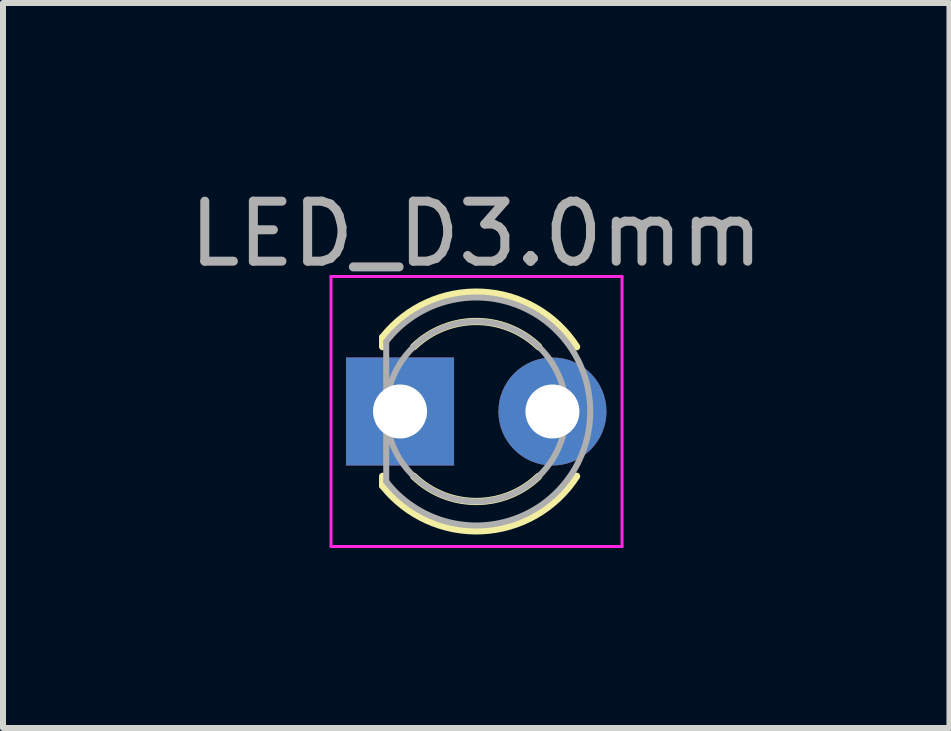
<source format=kicad_pcb>
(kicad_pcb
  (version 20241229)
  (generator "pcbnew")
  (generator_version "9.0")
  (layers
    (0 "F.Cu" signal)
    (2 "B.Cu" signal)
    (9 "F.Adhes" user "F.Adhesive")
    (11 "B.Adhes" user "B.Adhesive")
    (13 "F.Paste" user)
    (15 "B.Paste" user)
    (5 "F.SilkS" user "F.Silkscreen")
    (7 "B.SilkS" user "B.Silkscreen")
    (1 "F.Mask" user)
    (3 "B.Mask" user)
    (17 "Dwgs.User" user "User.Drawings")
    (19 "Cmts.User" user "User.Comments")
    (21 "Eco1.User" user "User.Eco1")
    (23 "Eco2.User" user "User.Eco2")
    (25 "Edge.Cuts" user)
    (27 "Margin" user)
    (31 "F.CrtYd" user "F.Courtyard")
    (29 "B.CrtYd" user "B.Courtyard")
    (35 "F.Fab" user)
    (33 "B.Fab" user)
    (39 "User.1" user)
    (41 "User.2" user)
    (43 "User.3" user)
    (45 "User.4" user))
  (footprint "LED_D3.0mm"
    (layer "F.Cu")
    (at 3.617 3.808)
    (property "Reference" "LED_D3.0mm" (at 1.27 -2.96 0) (layer "F.Fab") (effects (font (size 1 1) (thickness 0.15))))
    (attr through_hole)
    (fp_line (start -0.29 -1.236) (end -0.29 -1.08) (stroke (width 0.12) (type solid)) (layer "F.SilkS"))
    (fp_line (start -0.29 1.08) (end -0.29 1.236) (stroke (width 0.12) (type solid)) (layer "F.SilkS"))
    (fp_arc (start -0.29 -1.235516) (mid 1.366487 -1.987659) (end 2.942335 -1.078608) (stroke (width 0.12) (type solid)) (layer "F.SilkS"))
    (fp_arc (start 0.229039 -1.08) (mid 1.270117 -1.5) (end 2.31113 -1.079837) (stroke (width 0.12) (type solid)) (layer "F.SilkS"))
    (fp_arc (start 2.31113 1.079837) (mid 1.270117 1.5) (end 0.229039 1.08) (stroke (width 0.12) (type solid)) (layer "F.SilkS"))
    (fp_arc (start 2.942335 1.078608) (mid 1.366487 1.987659) (end -0.29 1.235516) (stroke (width 0.12) (type solid)) (layer "F.SilkS"))
    (fp_line (start -1.15 -2.25) (end -1.15 2.25) (stroke (width 0.05) (type solid)) (layer "F.CrtYd"))
    (fp_line (start -1.15 2.25) (end 3.7 2.25) (stroke (width 0.05) (type solid)) (layer "F.CrtYd"))
    (fp_line (start 3.7 -2.25) (end -1.15 -2.25) (stroke (width 0.05) (type solid)) (layer "F.CrtYd"))
    (fp_line (start 3.7 2.25) (end 3.7 -2.25) (stroke (width 0.05) (type solid)) (layer "F.CrtYd"))
    (fp_line (start -0.23 -1.166) (end -0.23 1.166) (stroke (width 0.1) (type solid)) (layer "F.Fab"))
    (fp_arc (start -0.23 -1.16619) (mid 3.17 0.000452) (end -0.230555 1.165476) (stroke (width 0.1) (type solid)) (layer "F.Fab"))
    (fp_circle (center 1.27 0) (end 2.77 0) (stroke (width 0.1) (type solid)) (fill no) (layer "F.Fab"))
    (pad "1" thru_hole rect (at 0 0) (size 1.8 1.8) (drill 0.9) (layers "*.Cu" "*.Mask"))
    (pad "2" thru_hole circle (at 2.54 0) (size 1.8 1.8) (drill 0.9) (layers "*.Cu" "*.Mask")))
  (gr_rect
    (start -3 -3)
    (end 12.774 9.083)
    (stroke (width 0.1) (type default))
    (fill no)
    (layer "Edge.Cuts")))
</source>
